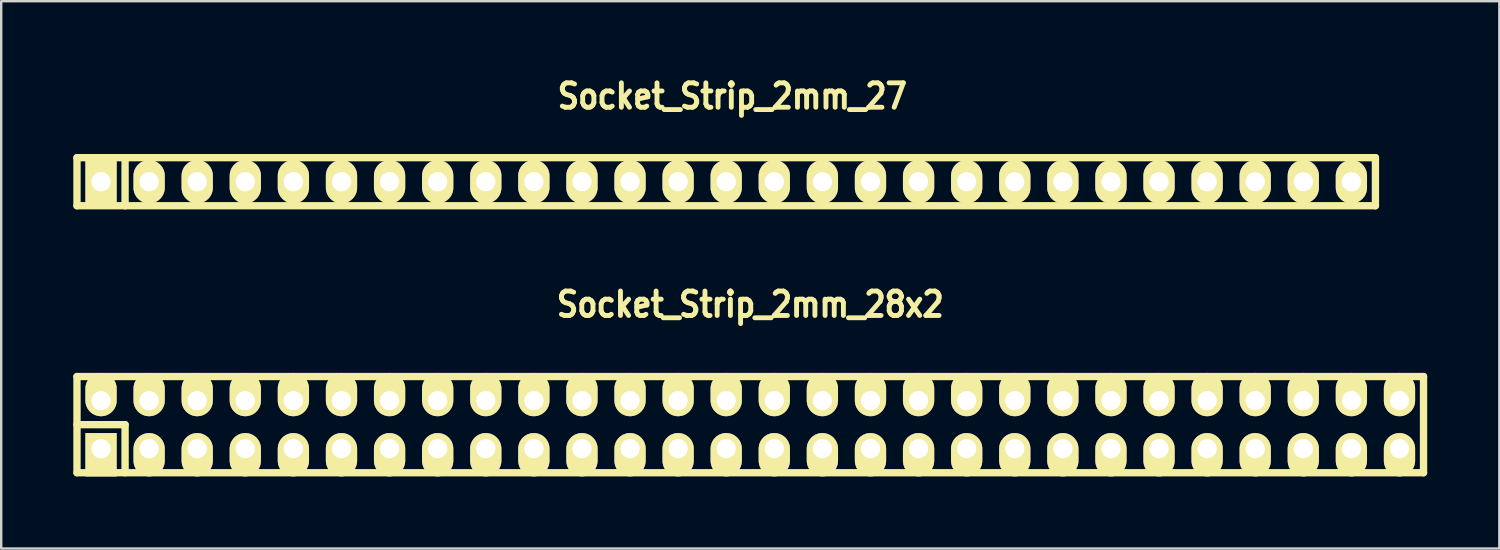
<source format=kicad_pcb>
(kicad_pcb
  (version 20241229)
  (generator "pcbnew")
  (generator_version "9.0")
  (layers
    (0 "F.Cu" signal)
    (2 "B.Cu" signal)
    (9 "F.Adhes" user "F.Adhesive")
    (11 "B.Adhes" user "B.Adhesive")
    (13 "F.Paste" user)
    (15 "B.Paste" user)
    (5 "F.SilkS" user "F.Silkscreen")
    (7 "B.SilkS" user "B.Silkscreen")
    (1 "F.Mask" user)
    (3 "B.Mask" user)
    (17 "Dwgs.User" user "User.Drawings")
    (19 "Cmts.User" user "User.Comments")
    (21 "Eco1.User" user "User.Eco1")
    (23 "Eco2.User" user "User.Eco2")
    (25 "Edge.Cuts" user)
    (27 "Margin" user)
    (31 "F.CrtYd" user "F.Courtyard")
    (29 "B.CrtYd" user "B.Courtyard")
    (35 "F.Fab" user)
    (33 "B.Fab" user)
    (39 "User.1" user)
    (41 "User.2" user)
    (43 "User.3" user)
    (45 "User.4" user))
  (footprint "Socket_Strip_2mm_27"
    (layer "F.Cu")
    (at 27.152 4.507)
    (property "Reference" "Socket_Strip_2mm_27" (at 0.254 -3.556 0) (layer "F.SilkS") (effects (font (size 1.016 0.889) (thickness 0.203))))
    (attr through_hole)
    (fp_line (start -27 -1) (end 27 -1) (stroke (width 0.305) (type solid)) (layer "F.SilkS"))
    (fp_line (start -27 1) (end -27 -1) (stroke (width 0.305) (type solid)) (layer "F.SilkS"))
    (fp_line (start -25 -1) (end -25 1) (stroke (width 0.305) (type solid)) (layer "F.SilkS"))
    (fp_line (start 27 -1) (end 27 1) (stroke (width 0.305) (type solid)) (layer "F.SilkS"))
    (fp_line (start 27 1) (end -27 1) (stroke (width 0.305) (type solid)) (layer "F.SilkS"))
    (pad "1" thru_hole rect (at -26 0) (size 1.3 1.8) (drill 0.8) (layers "*.Cu" "*.Mask" "F.SilkS"))
    (pad "2" thru_hole oval (at -24 0) (size 1.3 1.8) (drill 0.8) (layers "*.Cu" "*.Mask" "F.SilkS"))
    (pad "3" thru_hole oval (at -22 0) (size 1.3 1.8) (drill 0.8) (layers "*.Cu" "*.Mask" "F.SilkS"))
    (pad "4" thru_hole oval (at -20 0) (size 1.3 1.8) (drill 0.8) (layers "*.Cu" "*.Mask" "F.SilkS"))
    (pad "5" thru_hole oval (at -18 0) (size 1.3 1.8) (drill 0.8) (layers "*.Cu" "*.Mask" "F.SilkS"))
    (pad "6" thru_hole oval (at -16 0) (size 1.3 1.8) (drill 0.8) (layers "*.Cu" "*.Mask" "F.SilkS"))
    (pad "7" thru_hole oval (at -14 0) (size 1.3 1.8) (drill 0.8) (layers "*.Cu" "*.Mask" "F.SilkS"))
    (pad "8" thru_hole oval (at -12 0) (size 1.3 1.8) (drill 0.8) (layers "*.Cu" "*.Mask" "F.SilkS"))
    (pad "9" thru_hole oval (at -10 0) (size 1.3 1.8) (drill 0.8) (layers "*.Cu" "*.Mask" "F.SilkS"))
    (pad "10" thru_hole oval (at -8 0) (size 1.3 1.8) (drill 0.8) (layers "*.Cu" "*.Mask" "F.SilkS"))
    (pad "11" thru_hole oval (at -6 0) (size 1.3 1.8) (drill 0.8) (layers "*.Cu" "*.Mask" "F.SilkS"))
    (pad "12" thru_hole oval (at -4 0) (size 1.3 1.8) (drill 0.8) (layers "*.Cu" "*.Mask" "F.SilkS"))
    (pad "13" thru_hole oval (at -2 0) (size 1.3 1.8) (drill 0.8) (layers "*.Cu" "*.Mask" "F.SilkS"))
    (pad "14" thru_hole oval (at 0 0) (size 1.3 1.8) (drill 0.8) (layers "*.Cu" "*.Mask" "F.SilkS"))
    (pad "15" thru_hole oval (at 2 0) (size 1.3 1.8) (drill 0.8) (layers "*.Cu" "*.Mask" "F.SilkS"))
    (pad "16" thru_hole oval (at 4 0) (size 1.3 1.8) (drill 0.8) (layers "*.Cu" "*.Mask" "F.SilkS"))
    (pad "17" thru_hole oval (at 6 0) (size 1.3 1.8) (drill 0.8) (layers "*.Cu" "*.Mask" "F.SilkS"))
    (pad "18" thru_hole oval (at 8 0) (size 1.3 1.8) (drill 0.8) (layers "*.Cu" "*.Mask" "F.SilkS"))
    (pad "19" thru_hole oval (at 10 0) (size 1.3 1.8) (drill 0.8) (layers "*.Cu" "*.Mask" "F.SilkS"))
    (pad "20" thru_hole oval (at 12 0) (size 1.3 1.8) (drill 0.8) (layers "*.Cu" "*.Mask" "F.SilkS"))
    (pad "21" thru_hole oval (at 14 0) (size 1.3 1.8) (drill 0.8) (layers "*.Cu" "*.Mask" "F.SilkS"))
    (pad "22" thru_hole oval (at 16 0) (size 1.3 1.8) (drill 0.8) (layers "*.Cu" "*.Mask" "F.SilkS"))
    (pad "23" thru_hole oval (at 18 0) (size 1.3 1.8) (drill 0.8) (layers "*.Cu" "*.Mask" "F.SilkS"))
    (pad "24" thru_hole oval (at 20 0) (size 1.3 1.8) (drill 0.8) (layers "*.Cu" "*.Mask" "F.SilkS"))
    (pad "25" thru_hole oval (at 22 0) (size 1.3 1.8) (drill 0.8) (layers "*.Cu" "*.Mask" "F.SilkS"))
    (pad "26" thru_hole oval (at 24 0) (size 1.3 1.8) (drill 0.8) (layers "*.Cu" "*.Mask" "F.SilkS"))
    (pad "27" thru_hole oval (at 26 0) (size 1.3 1.8) (drill 0.8) (layers "*.Cu" "*.Mask" "F.SilkS")))
  (footprint "Socket_Strip_2mm_28x2"
    (layer "F.Cu")
    (at 28.152 14.61)
    (property "Reference" "Socket_Strip_2mm_28x2" (at 0 -5 0) (layer "F.SilkS") (effects (font (size 1.016 0.889) (thickness 0.203))))
    (attr through_hole)
    (fp_line (start -28 -2) (end 28 -2) (stroke (width 0.305) (type solid)) (layer "F.SilkS"))
    (fp_line (start -28 0) (end -26 0) (stroke (width 0.305) (type solid)) (layer "F.SilkS"))
    (fp_line (start -28 2) (end -28 -2) (stroke (width 0.305) (type solid)) (layer "F.SilkS"))
    (fp_line (start -26 0) (end -26 2) (stroke (width 0.305) (type solid)) (layer "F.SilkS"))
    (fp_line (start 28 -2) (end 28 2) (stroke (width 0.305) (type solid)) (layer "F.SilkS"))
    (fp_line (start 28 2) (end -28 2) (stroke (width 0.305) (type solid)) (layer "F.SilkS"))
    (pad "1" thru_hole rect (at -27 1) (size 1.3 1.8) (drill 0.8 (offset 0 0.25)) (layers "*.Cu" "*.Mask" "F.SilkS"))
    (pad "2" thru_hole oval (at -27 -1) (size 1.3 1.8) (drill 0.8 (offset 0 -0.25)) (layers "*.Cu" "*.Mask" "F.SilkS"))
    (pad "3" thru_hole oval (at -25 1) (size 1.3 1.8) (drill 0.8 (offset 0 0.25)) (layers "*.Cu" "*.Mask" "F.SilkS"))
    (pad "4" thru_hole oval (at -25 -1) (size 1.3 1.8) (drill 0.8 (offset 0 -0.25)) (layers "*.Cu" "*.Mask" "F.SilkS"))
    (pad "5" thru_hole oval (at -23 1) (size 1.3 1.8) (drill 0.8 (offset 0 0.25)) (layers "*.Cu" "*.Mask" "F.SilkS"))
    (pad "6" thru_hole oval (at -23 -1) (size 1.3 1.8) (drill 0.8 (offset 0 -0.25)) (layers "*.Cu" "*.Mask" "F.SilkS"))
    (pad "7" thru_hole oval (at -21 1) (size 1.3 1.8) (drill 0.8 (offset 0 0.25)) (layers "*.Cu" "*.Mask" "F.SilkS"))
    (pad "8" thru_hole oval (at -21 -1) (size 1.3 1.8) (drill 0.8 (offset 0 -0.25)) (layers "*.Cu" "*.Mask" "F.SilkS"))
    (pad "9" thru_hole oval (at -19 1) (size 1.3 1.8) (drill 0.8 (offset 0 0.25)) (layers "*.Cu" "*.Mask" "F.SilkS"))
    (pad "10" thru_hole oval (at -19 -1) (size 1.3 1.8) (drill 0.8 (offset 0 -0.25)) (layers "*.Cu" "*.Mask" "F.SilkS"))
    (pad "11" thru_hole oval (at -17 1) (size 1.3 1.8) (drill 0.8 (offset 0 0.25)) (layers "*.Cu" "*.Mask" "F.SilkS"))
    (pad "12" thru_hole oval (at -17 -1) (size 1.3 1.8) (drill 0.8 (offset 0 -0.25)) (layers "*.Cu" "*.Mask" "F.SilkS"))
    (pad "13" thru_hole oval (at -15 1) (size 1.3 1.8) (drill 0.8 (offset 0 0.25)) (layers "*.Cu" "*.Mask" "F.SilkS"))
    (pad "14" thru_hole oval (at -15 -1) (size 1.3 1.8) (drill 0.8 (offset 0 -0.25)) (layers "*.Cu" "*.Mask" "F.SilkS"))
    (pad "15" thru_hole oval (at -13 1) (size 1.3 1.8) (drill 0.8 (offset 0 0.25)) (layers "*.Cu" "*.Mask" "F.SilkS"))
    (pad "16" thru_hole oval (at -13 -1) (size 1.3 1.8) (drill 0.8 (offset 0 -0.25)) (layers "*.Cu" "*.Mask" "F.SilkS"))
    (pad "17" thru_hole oval (at -11 1) (size 1.3 1.8) (drill 0.8 (offset 0 0.25)) (layers "*.Cu" "*.Mask" "F.SilkS"))
    (pad "18" thru_hole oval (at -11 -1) (size 1.3 1.8) (drill 0.8 (offset 0 -0.25)) (layers "*.Cu" "*.Mask" "F.SilkS"))
    (pad "19" thru_hole oval (at -9 1) (size 1.3 1.8) (drill 0.8 (offset 0 0.25)) (layers "*.Cu" "*.Mask" "F.SilkS"))
    (pad "20" thru_hole oval (at -9 -1) (size 1.3 1.8) (drill 0.8 (offset 0 -0.25)) (layers "*.Cu" "*.Mask" "F.SilkS"))
    (pad "21" thru_hole oval (at -7 1) (size 1.3 1.8) (drill 0.8 (offset 0 0.25)) (layers "*.Cu" "*.Mask" "F.SilkS"))
    (pad "22" thru_hole oval (at -7 -1) (size 1.3 1.8) (drill 0.8 (offset 0 -0.25)) (layers "*.Cu" "*.Mask" "F.SilkS"))
    (pad "23" thru_hole oval (at -5 1) (size 1.3 1.8) (drill 0.8 (offset 0 0.25)) (layers "*.Cu" "*.Mask" "F.SilkS"))
    (pad "24" thru_hole oval (at -5 -1) (size 1.3 1.8) (drill 0.8 (offset 0 -0.25)) (layers "*.Cu" "*.Mask" "F.SilkS"))
    (pad "25" thru_hole oval (at -3 1) (size 1.3 1.8) (drill 0.8 (offset 0 0.25)) (layers "*.Cu" "*.Mask" "F.SilkS"))
    (pad "26" thru_hole oval (at -3 -1) (size 1.3 1.8) (drill 0.8 (offset 0 -0.25)) (layers "*.Cu" "*.Mask" "F.SilkS"))
    (pad "27" thru_hole oval (at -1 1) (size 1.3 1.8) (drill 0.8 (offset 0 0.25)) (layers "*.Cu" "*.Mask" "F.SilkS"))
    (pad "28" thru_hole oval (at -1 -1) (size 1.3 1.8) (drill 0.8 (offset 0 -0.25)) (layers "*.Cu" "*.Mask" "F.SilkS"))
    (pad "29" thru_hole oval (at 1 1) (size 1.3 1.8) (drill 0.8 (offset 0 0.25)) (layers "*.Cu" "*.Mask" "F.SilkS"))
    (pad "30" thru_hole oval (at 1 -1) (size 1.3 1.8) (drill 0.8 (offset 0 -0.25)) (layers "*.Cu" "*.Mask" "F.SilkS"))
    (pad "31" thru_hole oval (at 3 1) (size 1.3 1.8) (drill 0.8 (offset 0 0.25)) (layers "*.Cu" "*.Mask" "F.SilkS"))
    (pad "32" thru_hole oval (at 3 -1) (size 1.3 1.8) (drill 0.8 (offset 0 -0.25)) (layers "*.Cu" "*.Mask" "F.SilkS"))
    (pad "33" thru_hole oval (at 5 1) (size 1.3 1.8) (drill 0.8 (offset 0 0.25)) (layers "*.Cu" "*.Mask" "F.SilkS"))
    (pad "34" thru_hole oval (at 5 -1) (size 1.3 1.8) (drill 0.8 (offset 0 -0.25)) (layers "*.Cu" "*.Mask" "F.SilkS"))
    (pad "35" thru_hole oval (at 7 1) (size 1.3 1.8) (drill 0.8 (offset 0 0.25)) (layers "*.Cu" "*.Mask" "F.SilkS"))
    (pad "36" thru_hole oval (at 7 -1) (size 1.3 1.8) (drill 0.8 (offset 0 -0.25)) (layers "*.Cu" "*.Mask" "F.SilkS"))
    (pad "37" thru_hole oval (at 9 1) (size 1.3 1.8) (drill 0.8 (offset 0 0.25)) (layers "*.Cu" "*.Mask" "F.SilkS"))
    (pad "38" thru_hole oval (at 9 -1) (size 1.3 1.8) (drill 0.8 (offset 0 -0.25)) (layers "*.Cu" "*.Mask" "F.SilkS"))
    (pad "39" thru_hole oval (at 11 1) (size 1.3 1.8) (drill 0.8 (offset 0 0.25)) (layers "*.Cu" "*.Mask" "F.SilkS"))
    (pad "40" thru_hole oval (at 11 -1) (size 1.3 1.8) (drill 0.8 (offset 0 -0.25)) (layers "*.Cu" "*.Mask" "F.SilkS"))
    (pad "41" thru_hole oval (at 13 1) (size 1.3 1.8) (drill 0.8 (offset 0 0.25)) (layers "*.Cu" "*.Mask" "F.SilkS"))
    (pad "42" thru_hole oval (at 13 -1) (size 1.3 1.8) (drill 0.8 (offset 0 -0.25)) (layers "*.Cu" "*.Mask" "F.SilkS"))
    (pad "43" thru_hole oval (at 15 1) (size 1.3 1.8) (drill 0.8 (offset 0 0.25)) (layers "*.Cu" "*.Mask" "F.SilkS"))
    (pad "44" thru_hole oval (at 15 -1) (size 1.3 1.8) (drill 0.8 (offset 0 -0.25)) (layers "*.Cu" "*.Mask" "F.SilkS"))
    (pad "45" thru_hole oval (at 17 1) (size 1.3 1.8) (drill 0.8 (offset 0 0.25)) (layers "*.Cu" "*.Mask" "F.SilkS"))
    (pad "46" thru_hole oval (at 17 -1) (size 1.3 1.8) (drill 0.8 (offset 0 -0.25)) (layers "*.Cu" "*.Mask" "F.SilkS"))
    (pad "47" thru_hole oval (at 19 1) (size 1.3 1.8) (drill 0.8 (offset 0 0.25)) (layers "*.Cu" "*.Mask" "F.SilkS"))
    (pad "48" thru_hole oval (at 19 -1) (size 1.3 1.8) (drill 0.8 (offset 0 -0.25)) (layers "*.Cu" "*.Mask" "F.SilkS"))
    (pad "49" thru_hole oval (at 21 1) (size 1.3 1.8) (drill 0.8 (offset 0 0.25)) (layers "*.Cu" "*.Mask" "F.SilkS"))
    (pad "50" thru_hole oval (at 21 -1) (size 1.3 1.8) (drill 0.8 (offset 0 -0.25)) (layers "*.Cu" "*.Mask" "F.SilkS"))
    (pad "51" thru_hole oval (at 23 1) (size 1.3 1.8) (drill 0.8 (offset 0 0.25)) (layers "*.Cu" "*.Mask" "F.SilkS"))
    (pad "52" thru_hole oval (at 23 -1) (size 1.3 1.8) (drill 0.8 (offset 0 -0.25)) (layers "*.Cu" "*.Mask" "F.SilkS"))
    (pad "53" thru_hole oval (at 25 1) (size 1.3 1.8) (drill 0.8 (offset 0 0.25)) (layers "*.Cu" "*.Mask" "F.SilkS"))
    (pad "54" thru_hole oval (at 25 -1) (size 1.3 1.8) (drill 0.8 (offset 0 -0.25)) (layers "*.Cu" "*.Mask" "F.SilkS"))
    (pad "55" thru_hole oval (at 27 1) (size 1.3 1.8) (drill 0.8 (offset 0 0.25)) (layers "*.Cu" "*.Mask" "F.SilkS"))
    (pad "56" thru_hole oval (at 27 -1) (size 1.3 1.8) (drill 0.8 (offset 0 -0.25)) (layers "*.Cu" "*.Mask" "F.SilkS")))
  (gr_rect
    (start -3 -3)
    (end 59.305 19.763)
    (stroke (width 0.1) (type default))
    (fill no)
    (layer "Edge.Cuts")))
</source>
